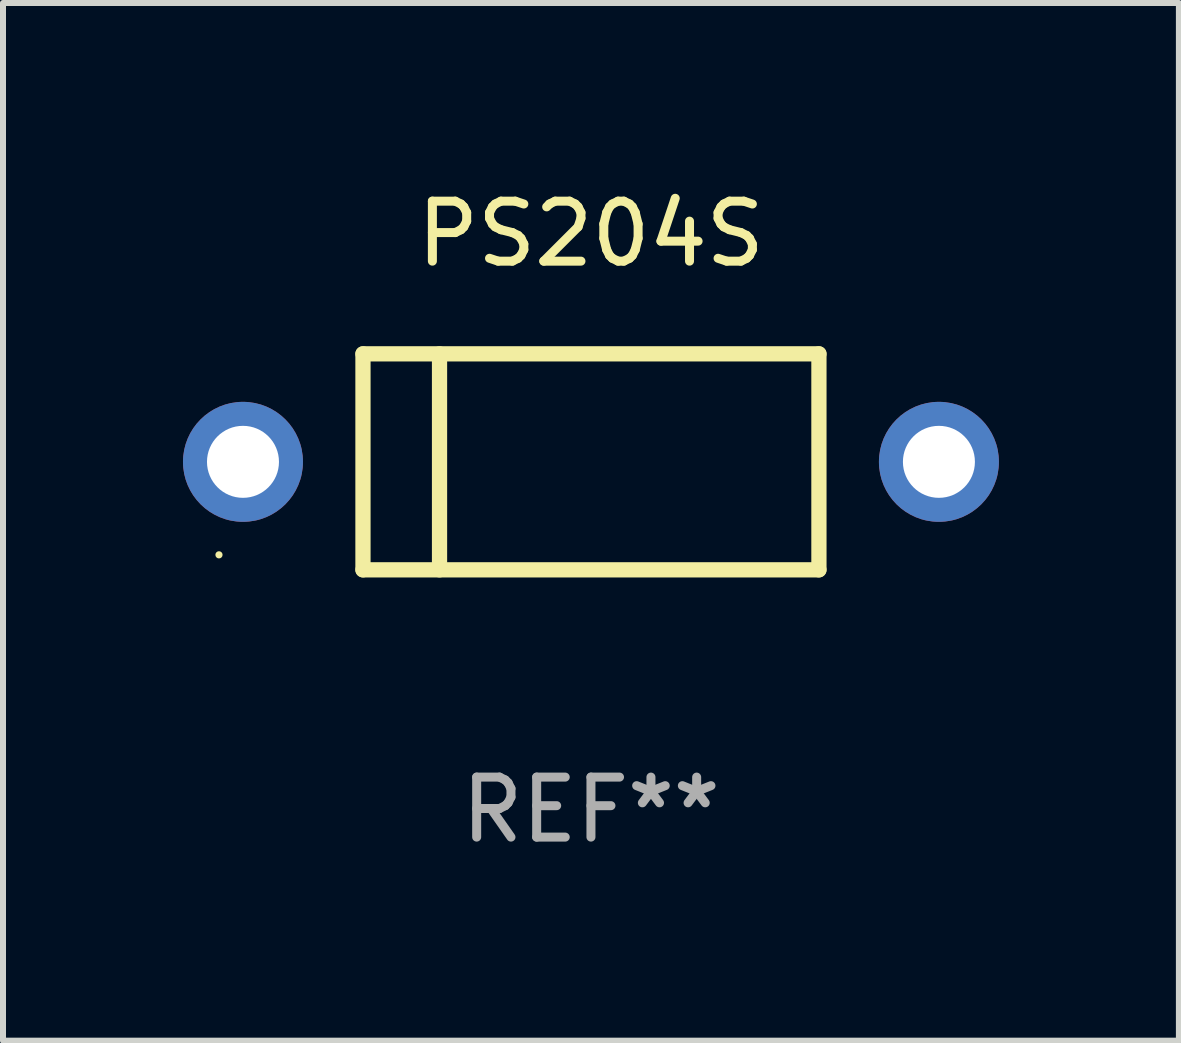
<source format=kicad_pcb>
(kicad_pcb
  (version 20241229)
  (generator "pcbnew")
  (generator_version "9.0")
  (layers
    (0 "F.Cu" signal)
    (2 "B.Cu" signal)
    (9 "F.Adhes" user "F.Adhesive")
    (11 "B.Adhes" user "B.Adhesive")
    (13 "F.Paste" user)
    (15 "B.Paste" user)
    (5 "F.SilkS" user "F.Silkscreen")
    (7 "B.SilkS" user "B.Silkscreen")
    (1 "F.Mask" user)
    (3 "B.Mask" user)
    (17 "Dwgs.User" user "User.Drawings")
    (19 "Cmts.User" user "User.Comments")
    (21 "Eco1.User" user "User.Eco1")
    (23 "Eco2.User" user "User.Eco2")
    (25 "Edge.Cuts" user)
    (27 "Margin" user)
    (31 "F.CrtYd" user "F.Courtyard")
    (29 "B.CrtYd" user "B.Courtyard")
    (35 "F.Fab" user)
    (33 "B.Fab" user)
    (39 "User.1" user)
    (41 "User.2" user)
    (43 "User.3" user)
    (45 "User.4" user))
  (footprint "PS204S"
    (layer "F.Cu")
    (at 6.8 4.648)
    (property "Reference" "PS204S" (at 0 -3.8 0) (layer "F.SilkS") (effects (font (size 1 1) (thickness 0.15))))
    (attr through_hole)
    (fp_line (start -3.8 -1.8) (end -3.8 1.8) (stroke (width 0.254) (type solid)) (layer "F.SilkS"))
    (fp_line (start -3.8 -1.8) (end 3.8 -1.8) (stroke (width 0.254) (type solid)) (layer "F.SilkS"))
    (fp_line (start -3.8 1.8) (end 3.8 1.8) (stroke (width 0.254) (type solid)) (layer "F.SilkS"))
    (fp_line (start -2.524 -1.8) (end -2.524 1.8) (stroke (width 0.254) (type solid)) (layer "F.SilkS"))
    (fp_line (start 3.8 -1.8) (end 3.8 1.8) (stroke (width 0.254) (type solid)) (layer "F.SilkS"))
    (fp_circle (center -6.2 1.55) (end -6.17 1.55) (stroke (width 0.06) (type solid)) (fill no) (layer "F.SilkS"))
    (fp_text user "REF**" (at 0 5.8 0) (layer "F.Fab") (effects (font (size 1 1) (thickness 0.15))))
    (pad "1" thru_hole circle (at -5.8 0) (size 2 2) (drill 1.2) (layers "*.Cu" "*.Mask"))
    (pad "2" thru_hole circle (at 5.8 0) (size 2 2) (drill 1.2) (layers "*.Cu" "*.Mask")))
  (gr_rect
    (start -3 -3)
    (end 16.6 14.296)
    (stroke (width 0.1) (type default))
    (fill no)
    (layer "Edge.Cuts")))
</source>
